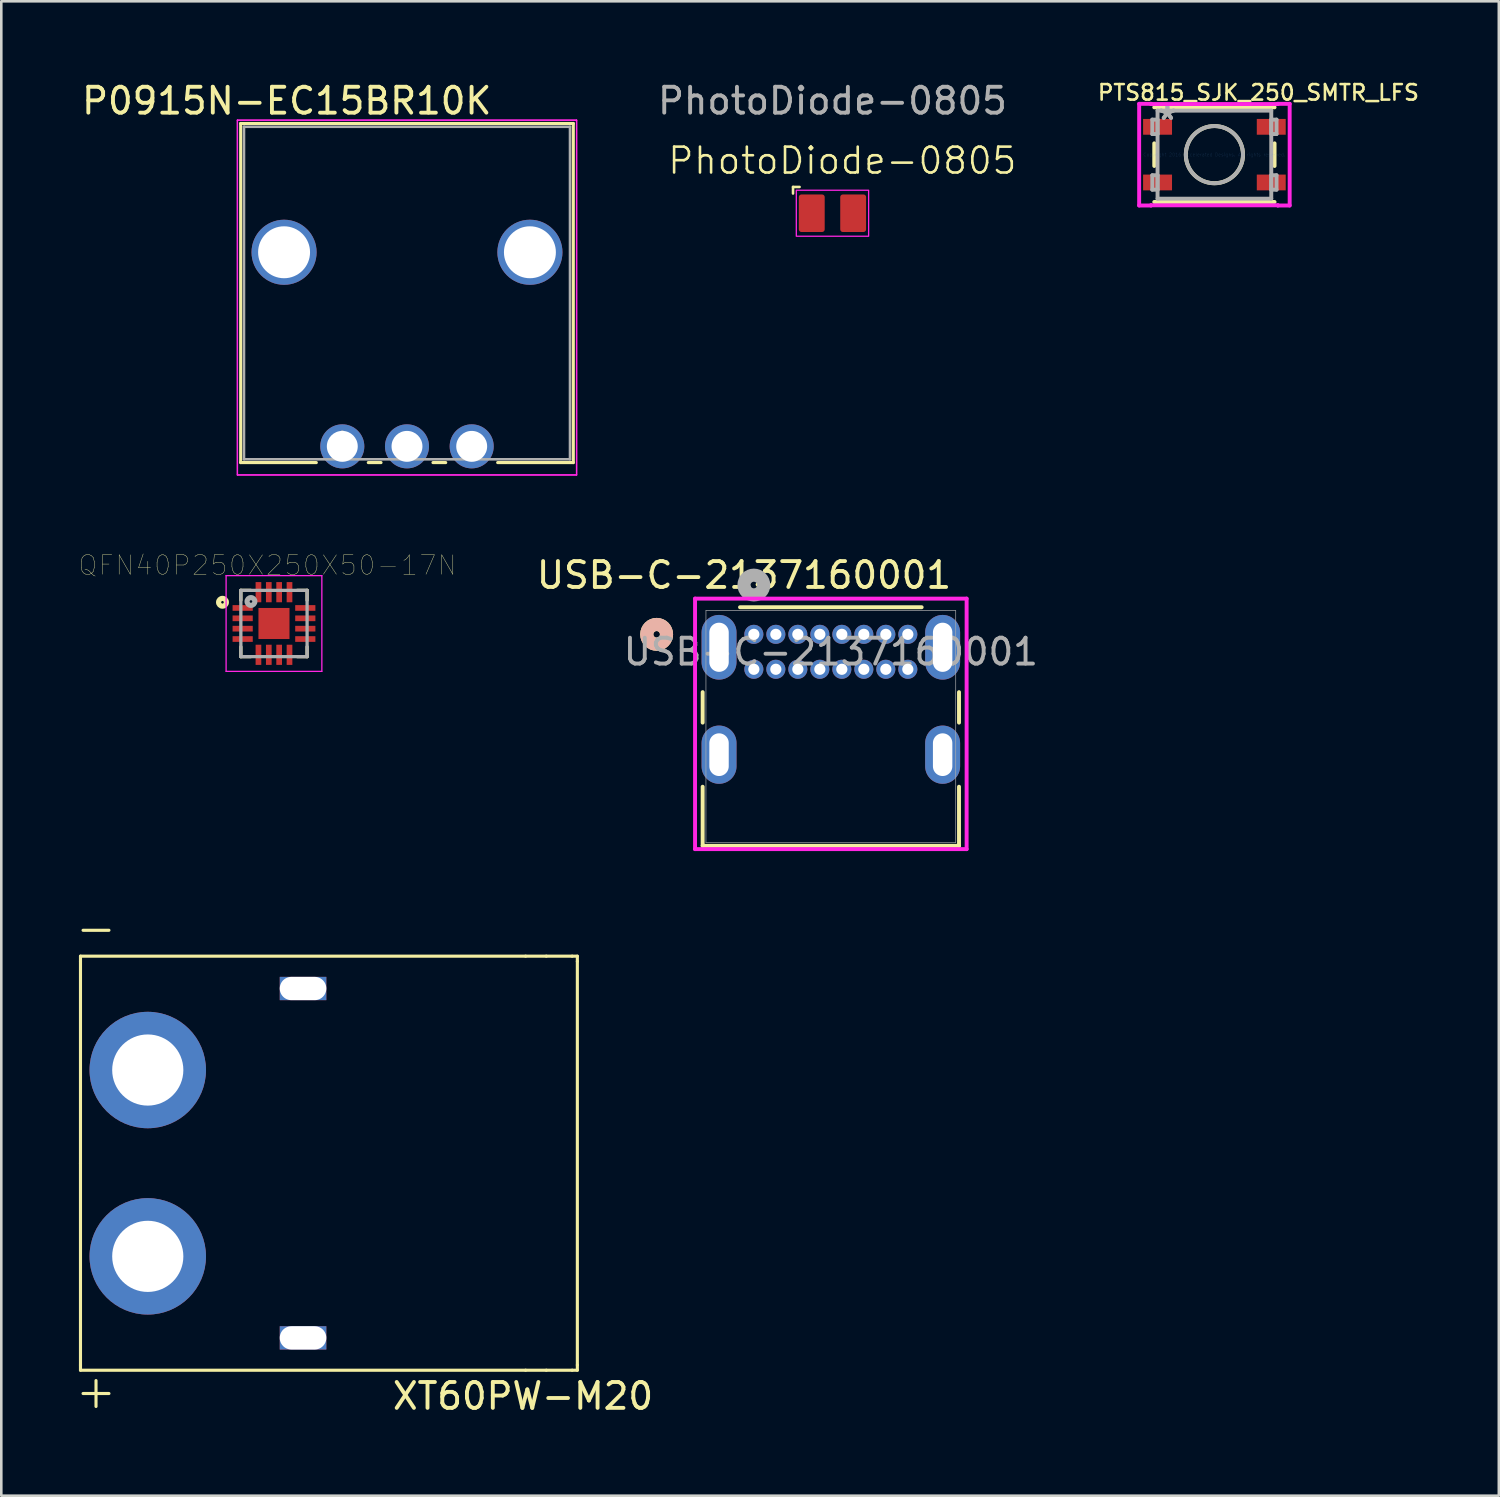
<source format=kicad_pcb>
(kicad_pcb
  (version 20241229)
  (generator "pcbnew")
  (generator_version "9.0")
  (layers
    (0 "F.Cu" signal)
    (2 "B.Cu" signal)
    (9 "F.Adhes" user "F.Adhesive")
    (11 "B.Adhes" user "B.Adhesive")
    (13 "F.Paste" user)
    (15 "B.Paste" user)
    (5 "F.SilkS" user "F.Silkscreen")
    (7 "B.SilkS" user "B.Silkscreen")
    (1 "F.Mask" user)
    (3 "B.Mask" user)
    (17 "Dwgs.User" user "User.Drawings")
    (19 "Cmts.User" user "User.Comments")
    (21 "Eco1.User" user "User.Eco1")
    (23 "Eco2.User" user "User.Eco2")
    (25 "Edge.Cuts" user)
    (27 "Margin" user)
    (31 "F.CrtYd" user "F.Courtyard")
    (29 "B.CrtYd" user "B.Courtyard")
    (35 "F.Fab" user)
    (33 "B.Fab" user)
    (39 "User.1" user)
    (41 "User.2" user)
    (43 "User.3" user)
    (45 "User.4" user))
  (footprint "XT60PW-M20"
    (layer "F.Cu")
    (at 8.66 41.898)
    (property "Reference" "XT60PW-M20" (at 8.5 9 0) (layer "F.SilkS") (effects (font (size 1 1) (thickness 0.15))))
    (attr through_hole)
    (fp_line (start -8.6 -8) (end -8.6 -7.8) (stroke (width 0.12) (type solid)) (layer "F.SilkS"))
    (fp_line (start -8.6 -8) (end 8.6 -8) (stroke (width 0.12) (type solid)) (layer "F.SilkS"))
    (fp_line (start -8.6 0) (end -8.6 -7.8) (stroke (width 0.12) (type solid)) (layer "F.SilkS"))
    (fp_line (start -8.6 7.8) (end -8.6 0) (stroke (width 0.12) (type solid)) (layer "F.SilkS"))
    (fp_line (start -8.6 7.8) (end -8.6 8) (stroke (width 0.12) (type solid)) (layer "F.SilkS"))
    (fp_line (start -8.5 -9) (end -7.5 -9) (stroke (width 0.12) (type solid)) (layer "F.SilkS"))
    (fp_line (start -8.5 8.9) (end -7.5 8.9) (stroke (width 0.12) (type solid)) (layer "F.SilkS"))
    (fp_line (start -8 8.4) (end -8 9.4) (stroke (width 0.12) (type solid)) (layer "F.SilkS"))
    (fp_line (start 8.6 8) (end -8.6 8) (stroke (width 0.12) (type solid)) (layer "F.SilkS"))
    (fp_line (start 9.4 -8) (end 8.6 -8) (stroke (width 0.12) (type solid)) (layer "F.SilkS"))
    (fp_line (start 9.4 8) (end 8.6 8) (stroke (width 0.12) (type solid)) (layer "F.SilkS"))
    (fp_line (start 10.4 -8) (end 9.4 -8) (stroke (width 0.12) (type solid)) (layer "F.SilkS"))
    (fp_line (start 10.4 8) (end 9.4 8) (stroke (width 0.12) (type solid)) (layer "F.SilkS"))
    (fp_line (start 10.6 -8) (end 10.4 -8) (stroke (width 0.12) (type solid)) (layer "F.SilkS"))
    (fp_line (start 10.6 -8) (end 10.6 -7.8) (stroke (width 0.12) (type solid)) (layer "F.SilkS"))
    (fp_line (start 10.6 -7.8) (end 10.6 7.8) (stroke (width 0.12) (type solid)) (layer "F.SilkS"))
    (fp_line (start 10.6 7.8) (end 10.6 8) (stroke (width 0.12) (type solid)) (layer "F.SilkS"))
    (fp_line (start 10.6 8) (end 10.4 8) (stroke (width 0.12) (type solid)) (layer "F.SilkS"))
    (pad "" np_thru_hole rect (at 0 -6.75 90) (size 0.9 1.8) (drill oval 0.9 1.8) (layers "*.Cu" "*.Mask"))
    (pad "" np_thru_hole rect (at 0 6.75 90) (size 0.9 1.8) (drill oval 0.9 1.8) (layers "*.Cu" "*.Mask"))
    (pad "1" thru_hole circle (at -6 -3.6) (size 4.5 4.5) (drill 2.75) (layers "*.Cu" "*.Mask"))
    (pad "2" thru_hole circle (at -6 3.6) (size 4.5 4.5) (drill 2.75) (layers "*.Cu" "*.Mask")))
  (footprint "USB-C-2137160001"
    (layer "F.Cu")
    (at 26.08 21.462)
    (property "Reference" "USB-C-2137160001" (at -0.381 -2.286 0) (unlocked yes) (layer "F.SilkS") (effects (font (size 1 1) (thickness 0.15))))
    (attr through_hole)
    (fp_line (start -1.978 2.234) (end -1.978 3.411) (stroke (width 0.152) (type solid)) (layer "F.SilkS"))
    (fp_line (start -1.978 5.889) (end -1.978 8.173) (stroke (width 0.152) (type solid)) (layer "F.SilkS"))
    (fp_line (start -1.978 8.173) (end 7.928 8.173) (stroke (width 0.152) (type solid)) (layer "F.SilkS"))
    (fp_line (start 6.484 -1.047) (end -0.534 -1.047) (stroke (width 0.152) (type solid)) (layer "F.SilkS"))
    (fp_line (start 7.928 3.411) (end 7.928 2.234) (stroke (width 0.152) (type solid)) (layer "F.SilkS"))
    (fp_line (start 7.928 8.173) (end 7.928 5.889) (stroke (width 0.152) (type solid)) (layer "F.SilkS"))
    (fp_circle (center -3.756 0) (end -3.375 0) (stroke (width 0.508) (type solid)) (fill no) (layer "F.SilkS"))
    (fp_circle (center -3.756 0) (end -3.375 0) (stroke (width 0.508) (type solid)) (fill no) (layer "B.SilkS"))
    (fp_line (start -2.272 -1.38) (end -2.272 8.3) (stroke (width 0.152) (type solid)) (layer "F.CrtYd"))
    (fp_line (start -2.272 8.3) (end 8.222 8.3) (stroke (width 0.152) (type solid)) (layer "F.CrtYd"))
    (fp_line (start 8.222 -1.38) (end -2.272 -1.38) (stroke (width 0.152) (type solid)) (layer "F.CrtYd"))
    (fp_line (start 8.222 8.3) (end 8.222 -1.38) (stroke (width 0.152) (type solid)) (layer "F.CrtYd"))
    (fp_line (start -1.851 -0.92) (end -1.851 8.046) (stroke (width 0.025) (type solid)) (layer "F.Fab"))
    (fp_line (start -1.851 8.046) (end 7.801 8.046) (stroke (width 0.025) (type solid)) (layer "F.Fab"))
    (fp_line (start 7.801 -0.92) (end -1.851 -0.92) (stroke (width 0.025) (type solid)) (layer "F.Fab"))
    (fp_line (start 7.801 8.046) (end 7.801 -0.92) (stroke (width 0.025) (type solid)) (layer "F.Fab"))
    (fp_circle (center 0 -1.905) (end 0.381 -1.905) (stroke (width 0.508) (type solid)) (fill no) (layer "F.Fab"))
    (fp_text user "${REFERENCE}" (at 2.975 0.675 0) (unlocked yes) (layer "F.Fab") (effects (font (size 1 1) (thickness 0.15))))
    (pad "17" thru_hole oval (at -1.345 0.5) (size 1.35 2.5) (drill oval 0.75 1.9) (layers "*.Cu" "*.Mask"))
    (pad "18" thru_hole oval (at 7.295 0.5) (size 1.35 2.5) (drill oval 0.75 1.9) (layers "*.Cu" "*.Mask"))
    (pad "19" thru_hole oval (at -1.345 4.65) (size 1.35 2.25) (drill oval 0.75 1.65) (layers "*.Cu" "*.Mask"))
    (pad "20" thru_hole oval (at 7.295 4.65) (size 1.35 2.25) (drill oval 0.75 1.65) (layers "*.Cu" "*.Mask"))
    (pad "A1" thru_hole circle (at 0 0) (size 0.737 0.737) (drill 0.432) (layers "*.Cu" "*.Mask"))
    (pad "A4" thru_hole circle (at 0.85 0) (size 0.737 0.737) (drill 0.432) (layers "*.Cu" "*.Mask"))
    (pad "A5" thru_hole circle (at 1.7 0) (size 0.737 0.737) (drill 0.432) (layers "*.Cu" "*.Mask"))
    (pad "A6" thru_hole circle (at 2.55 0) (size 0.737 0.737) (drill 0.432) (layers "*.Cu" "*.Mask"))
    (pad "A7" thru_hole circle (at 3.4 0) (size 0.737 0.737) (drill 0.432) (layers "*.Cu" "*.Mask"))
    (pad "A8" thru_hole circle (at 4.25 0) (size 0.737 0.737) (drill 0.432) (layers "*.Cu" "*.Mask"))
    (pad "A9" thru_hole circle (at 5.1 0) (size 0.737 0.737) (drill 0.432) (layers "*.Cu" "*.Mask"))
    (pad "A12" thru_hole circle (at 5.95 0) (size 0.737 0.737) (drill 0.432) (layers "*.Cu" "*.Mask"))
    (pad "B1" thru_hole circle (at 5.95 1.35) (size 0.737 0.737) (drill 0.432) (layers "*.Cu" "*.Mask"))
    (pad "B4" thru_hole circle (at 5.1 1.35) (size 0.737 0.737) (drill 0.432) (layers "*.Cu" "*.Mask"))
    (pad "B5" thru_hole circle (at 4.25 1.35) (size 0.737 0.737) (drill 0.432) (layers "*.Cu" "*.Mask"))
    (pad "B6" thru_hole circle (at 3.4 1.35) (size 0.737 0.737) (drill 0.432) (layers "*.Cu" "*.Mask"))
    (pad "B7" thru_hole circle (at 2.55 1.35) (size 0.737 0.737) (drill 0.432) (layers "*.Cu" "*.Mask"))
    (pad "B8" thru_hole circle (at 1.7 1.35) (size 0.737 0.737) (drill 0.432) (layers "*.Cu" "*.Mask"))
    (pad "B9" thru_hole circle (at 0.85 1.35) (size 0.737 0.737) (drill 0.432) (layers "*.Cu" "*.Mask"))
    (pad "B12" thru_hole circle (at 0 1.35) (size 0.737 0.737) (drill 0.432) (layers "*.Cu" "*.Mask")))
  (footprint "P0915N-EC15BR10K"
    (layer "F.Cu")
    (at 12.73 8.748)
    (property "Reference" "P0915N-EC15BR10K" (at -4.7 -7.9 0) (layer "F.SilkS") (effects (font (size 1 1) (thickness 0.15))))
    (attr through_hole)
    (fp_line (start -6.479 -7.027) (end -6.479 6.077) (stroke (width 0.12) (type solid)) (layer "F.SilkS"))
    (fp_line (start -6.479 6.077) (end -3.557 6.077) (stroke (width 0.12) (type solid)) (layer "F.SilkS"))
    (fp_line (start -1.549 6.077) (end -1.057 6.077) (stroke (width 0.12) (type solid)) (layer "F.SilkS"))
    (fp_line (start 0.951 6.077) (end 1.443 6.077) (stroke (width 0.12) (type solid)) (layer "F.SilkS"))
    (fp_line (start 3.451 6.077) (end 6.373 6.077) (stroke (width 0.12) (type solid)) (layer "F.SilkS"))
    (fp_line (start 6.373 -7.027) (end -6.479 -7.027) (stroke (width 0.12) (type solid)) (layer "F.SilkS"))
    (fp_line (start 6.373 6.077) (end 6.373 -7.027) (stroke (width 0.12) (type solid)) (layer "F.SilkS"))
    (fp_line (start -6.606 -7.154) (end -6.606 6.554) (stroke (width 0.05) (type solid)) (layer "F.CrtYd"))
    (fp_line (start -6.606 -7.154) (end -6.606 6.554) (stroke (width 0.05) (type solid)) (layer "F.CrtYd"))
    (fp_line (start -6.606 6.554) (end 6.5 6.554) (stroke (width 0.05) (type solid)) (layer "F.CrtYd"))
    (fp_line (start -6.606 6.554) (end 6.5 6.554) (stroke (width 0.05) (type solid)) (layer "F.CrtYd"))
    (fp_line (start 6.5 -7.154) (end -6.606 -7.154) (stroke (width 0.05) (type solid)) (layer "F.CrtYd"))
    (fp_line (start 6.5 -7.154) (end -6.606 -7.154) (stroke (width 0.05) (type solid)) (layer "F.CrtYd"))
    (fp_line (start 6.5 6.554) (end 6.5 -7.154) (stroke (width 0.05) (type solid)) (layer "F.CrtYd"))
    (fp_line (start 6.5 6.554) (end 6.5 -7.154) (stroke (width 0.05) (type solid)) (layer "F.CrtYd"))
    (fp_line (start -6.352 -6.9) (end -6.352 5.95) (stroke (width 0.1) (type solid)) (layer "F.Fab"))
    (fp_line (start -6.352 5.95) (end 6.246 5.95) (stroke (width 0.1) (type solid)) (layer "F.Fab"))
    (fp_line (start 6.246 -6.9) (end -6.352 -6.9) (stroke (width 0.1) (type solid)) (layer "F.Fab"))
    (fp_line (start 6.246 5.95) (end 6.246 -6.9) (stroke (width 0.1) (type solid)) (layer "F.Fab"))
    (fp_text user "*" (at -2.553 5.45 0) (layer "F.Fab") (effects (font (size 1 1) (thickness 0.15))))
    (pad "1" thru_hole circle (at -2.553 5.45) (size 1.702 1.702) (drill 1.194) (layers "*.Cu" "*.Mask"))
    (pad "2" thru_hole circle (at -0.053 5.45) (size 1.702 1.702) (drill 1.194) (layers "*.Cu" "*.Mask"))
    (pad "3" thru_hole circle (at 2.447 5.45) (size 1.702 1.702) (drill 1.194) (layers "*.Cu" "*.Mask"))
    (pad "MP" thru_hole circle (at -4.803 -2.05) (size 2.515 2.515) (drill 2.007) (layers "*.Cu" "*.Mask"))
    (pad "MP" thru_hole circle (at 4.697 -2.05) (size 2.515 2.515) (drill 2.007) (layers "*.Cu" "*.Mask")))
  (footprint "PhotoDiode-0805"
    (layer "F.Cu")
    (at 29.118 5.19)
    (property "Reference" "PhotoDiode-0805" (at 0.381 -2.032 0) (unlocked yes) (layer "F.SilkS") (effects (font (size 1 1) (thickness 0.1))))
    (attr smd)
    (fp_line (start -1.524 -1.016) (end -1.27 -1.016) (stroke (width 0.1) (type default)) (layer "F.SilkS"))
    (fp_line (start -1.524 -0.762) (end -1.524 -1.016) (stroke (width 0.1) (type default)) (layer "F.SilkS"))
    (fp_rect (start -1.397 -0.889) (end 1.397 0.889) (stroke (width 0.05) (type default)) (fill no) (layer "F.CrtYd"))
    (fp_text user "${REFERENCE}" (at 0 -4.342 0) (unlocked yes) (layer "F.Fab") (effects (font (size 1 1) (thickness 0.15))))
    (pad "1" smd roundrect (at -0.8 0) (size 1 1.45) (layers "F.Cu" "F.Mask" "F.Paste") (roundrect_rratio 0.1))
    (pad "2" smd roundrect (at 0.8 0) (size 1 1.45) (layers "F.Cu" "F.Mask" "F.Paste") (roundrect_rratio 0.1)))
  (footprint "QFN40P250X250X50-17N"
    (layer "F.Cu")
    (at 7.537 21.043)
    (property "Reference" "QFN40P250X250X50-17N" (at -0.25 -2.25 0) (layer "F.SilkS") (effects (font (size 0.75 0.75) (thickness 0.015))))
    (attr through_hole)
    (fp_line (start -1.28 -1.28) (end -1.28 -0.9) (stroke (width 0.127) (type solid)) (layer "F.SilkS"))
    (fp_line (start -1.28 -1.28) (end -0.9 -1.28) (stroke (width 0.127) (type solid)) (layer "F.SilkS"))
    (fp_line (start -1.28 1.28) (end -1.28 0.9) (stroke (width 0.127) (type solid)) (layer "F.SilkS"))
    (fp_line (start -1.28 1.28) (end -0.9 1.28) (stroke (width 0.127) (type solid)) (layer "F.SilkS"))
    (fp_line (start 1.28 -1.28) (end 0.9 -1.28) (stroke (width 0.127) (type solid)) (layer "F.SilkS"))
    (fp_line (start 1.28 -1.28) (end 1.28 -0.9) (stroke (width 0.127) (type solid)) (layer "F.SilkS"))
    (fp_line (start 1.28 1.28) (end 0.9 1.28) (stroke (width 0.127) (type solid)) (layer "F.SilkS"))
    (fp_line (start 1.28 1.28) (end 1.28 0.9) (stroke (width 0.127) (type solid)) (layer "F.SilkS"))
    (fp_circle (center -1.99 -0.82) (end -1.94 -0.82) (stroke (width 0.2) (type solid)) (fill no) (layer "F.SilkS"))
    (fp_poly (pts (xy -0.521 -0.52) (xy -0.08 -0.52) (xy -0.08 -0.08) (xy -0.521 -0.08)) (stroke (width 0.01) (type solid)) (fill yes) (layer "F.Paste"))
    (fp_poly (pts (xy -0.521 0.08) (xy -0.08 0.08) (xy -0.08 0.521) (xy -0.521 0.521)) (stroke (width 0.01) (type solid)) (fill yes) (layer "F.Paste"))
    (fp_poly (pts (xy 0.08 0.08) (xy 0.52 0.08) (xy 0.52 0.521) (xy 0.08 0.521)) (stroke (width 0.01) (type solid)) (fill yes) (layer "F.Paste"))
    (fp_poly (pts (xy 0.08 -0.52) (xy 0.52 -0.52) (xy 0.52 -0.08) (xy 0.08 -0.08)) (stroke (width 0.01) (type solid)) (fill yes) (layer "F.Paste"))
    (fp_line (start -1.85 -1.85) (end 1.85 -1.85) (stroke (width 0.05) (type solid)) (layer "F.CrtYd"))
    (fp_line (start -1.85 1.85) (end -1.85 -1.85) (stroke (width 0.05) (type solid)) (layer "F.CrtYd"))
    (fp_line (start -1.85 1.85) (end 1.85 1.85) (stroke (width 0.05) (type solid)) (layer "F.CrtYd"))
    (fp_line (start 1.85 1.85) (end 1.85 -1.85) (stroke (width 0.05) (type solid)) (layer "F.CrtYd"))
    (fp_line (start -1.28 1.28) (end -1.28 -1.28) (stroke (width 0.127) (type solid)) (layer "F.Fab"))
    (fp_line (start 1.28 -1.28) (end -1.28 -1.28) (stroke (width 0.127) (type solid)) (layer "F.Fab"))
    (fp_line (start 1.28 1.28) (end -1.28 1.28) (stroke (width 0.127) (type solid)) (layer "F.Fab"))
    (fp_line (start 1.28 1.28) (end 1.28 -1.28) (stroke (width 0.127) (type solid)) (layer "F.Fab"))
    (fp_circle (center -0.89 -0.85) (end -0.84 -0.85) (stroke (width 0.2) (type solid)) (fill no) (layer "F.Fab"))
    (pad "1" smd rect (at -1.21 -0.6) (size 0.78 0.22) (layers "F.Cu" "F.Mask" "F.Paste"))
    (pad "2" smd rect (at -1.21 -0.2) (size 0.78 0.22) (layers "F.Cu" "F.Mask" "F.Paste"))
    (pad "3" smd rect (at -1.21 0.2) (size 0.78 0.22) (layers "F.Cu" "F.Mask" "F.Paste"))
    (pad "4" smd rect (at -1.21 0.6) (size 0.78 0.22) (layers "F.Cu" "F.Mask" "F.Paste"))
    (pad "5" smd rect (at -0.6 1.21) (size 0.22 0.78) (layers "F.Cu" "F.Mask" "F.Paste"))
    (pad "6" smd rect (at -0.2 1.21) (size 0.22 0.78) (layers "F.Cu" "F.Mask" "F.Paste"))
    (pad "7" smd rect (at 0.2 1.21) (size 0.22 0.78) (layers "F.Cu" "F.Mask" "F.Paste"))
    (pad "8" smd rect (at 0.6 1.21) (size 0.22 0.78) (layers "F.Cu" "F.Mask" "F.Paste"))
    (pad "9" smd rect (at 1.21 0.6) (size 0.78 0.22) (layers "F.Cu" "F.Mask" "F.Paste"))
    (pad "10" smd rect (at 1.21 0.2) (size 0.78 0.22) (layers "F.Cu" "F.Mask" "F.Paste"))
    (pad "11" smd rect (at 1.21 -0.2) (size 0.78 0.22) (layers "F.Cu" "F.Mask" "F.Paste"))
    (pad "12" smd rect (at 1.21 -0.6) (size 0.78 0.22) (layers "F.Cu" "F.Mask" "F.Paste"))
    (pad "13" smd rect (at 0.6 -1.21) (size 0.22 0.78) (layers "F.Cu" "F.Mask" "F.Paste"))
    (pad "14" smd rect (at 0.2 -1.21) (size 0.22 0.78) (layers "F.Cu" "F.Mask" "F.Paste"))
    (pad "15" smd rect (at -0.2 -1.21) (size 0.22 0.78) (layers "F.Cu" "F.Mask" "F.Paste"))
    (pad "16" smd rect (at -0.6 -1.21) (size 0.22 0.78) (layers "F.Cu" "F.Mask" "F.Paste"))
    (pad "17" smd rect (at 0 0) (size 1.2 1.2) (layers "F.Cu" "F.Mask")))
  (footprint "PTS815_SJK_250_SMTR_LFS"
    (layer "F.Cu")
    (at 43.877 2.926)
    (property "Reference" "PTS815_SJK_250_SMTR_LFS" (at 1.7 -2.4 0) (layer "F.SilkS") (effects (font (size 0.6 0.6) (thickness 0.1))))
    (attr through_hole)
    (fp_line (start -2.324 -0.437) (end -2.324 0.437) (stroke (width 0.152) (type solid)) (layer "F.SilkS"))
    (fp_line (start -2.324 1.829) (end 2.324 1.829) (stroke (width 0.152) (type solid)) (layer "F.SilkS"))
    (fp_line (start 2.324 -1.829) (end -2.324 -1.829) (stroke (width 0.152) (type solid)) (layer "F.SilkS"))
    (fp_line (start 2.324 0.437) (end 2.324 -0.437) (stroke (width 0.152) (type solid)) (layer "F.SilkS"))
    (fp_circle (center 0 0) (end 1.105 0) (stroke (width 0.152) (type solid)) (fill no) (layer "F.SilkS"))
    (fp_line (start -2.908 -1.964) (end -2.451 -1.964) (stroke (width 0.152) (type solid)) (layer "F.CrtYd"))
    (fp_line (start -2.908 1.964) (end -2.908 -1.964) (stroke (width 0.152) (type solid)) (layer "F.CrtYd"))
    (fp_line (start -2.451 -1.964) (end -2.451 -1.956) (stroke (width 0.152) (type solid)) (layer "F.CrtYd"))
    (fp_line (start -2.451 -1.956) (end 2.451 -1.956) (stroke (width 0.152) (type solid)) (layer "F.CrtYd"))
    (fp_line (start -2.451 1.956) (end -2.451 1.964) (stroke (width 0.152) (type solid)) (layer "F.CrtYd"))
    (fp_line (start -2.451 1.964) (end -2.908 1.964) (stroke (width 0.152) (type solid)) (layer "F.CrtYd"))
    (fp_line (start 2.451 -1.964) (end 2.908 -1.964) (stroke (width 0.152) (type solid)) (layer "F.CrtYd"))
    (fp_line (start 2.451 -1.956) (end 2.451 -1.964) (stroke (width 0.152) (type solid)) (layer "F.CrtYd"))
    (fp_line (start 2.451 1.956) (end -2.451 1.956) (stroke (width 0.152) (type solid)) (layer "F.CrtYd"))
    (fp_line (start 2.451 1.964) (end 2.451 1.956) (stroke (width 0.152) (type solid)) (layer "F.CrtYd"))
    (fp_line (start 2.908 -1.964) (end 2.908 1.964) (stroke (width 0.152) (type solid)) (layer "F.CrtYd"))
    (fp_line (start 2.908 1.964) (end 2.451 1.964) (stroke (width 0.152) (type solid)) (layer "F.CrtYd"))
    (fp_line (start -2.4 -1.354) (end -2.4 -0.796) (stroke (width 0.152) (type solid)) (layer "F.Fab"))
    (fp_line (start -2.4 -0.796) (end -2.197 -0.796) (stroke (width 0.152) (type solid)) (layer "F.Fab"))
    (fp_line (start -2.4 0.796) (end -2.4 1.354) (stroke (width 0.152) (type solid)) (layer "F.Fab"))
    (fp_line (start -2.4 1.354) (end -2.197 1.354) (stroke (width 0.152) (type solid)) (layer "F.Fab"))
    (fp_line (start -2.197 -1.702) (end -2.197 1.702) (stroke (width 0.152) (type solid)) (layer "F.Fab"))
    (fp_line (start -2.197 -1.354) (end -2.4 -1.354) (stroke (width 0.152) (type solid)) (layer "F.Fab"))
    (fp_line (start -2.197 -0.796) (end -2.197 -1.354) (stroke (width 0.152) (type solid)) (layer "F.Fab"))
    (fp_line (start -2.197 0.796) (end -2.4 0.796) (stroke (width 0.152) (type solid)) (layer "F.Fab"))
    (fp_line (start -2.197 1.354) (end -2.197 0.796) (stroke (width 0.152) (type solid)) (layer "F.Fab"))
    (fp_line (start -2.197 1.702) (end 2.197 1.702) (stroke (width 0.152) (type solid)) (layer "F.Fab"))
    (fp_line (start 2.197 -1.702) (end -2.197 -1.702) (stroke (width 0.152) (type solid)) (layer "F.Fab"))
    (fp_line (start 2.197 -1.354) (end 2.197 -0.796) (stroke (width 0.152) (type solid)) (layer "F.Fab"))
    (fp_line (start 2.197 -0.796) (end 2.4 -0.796) (stroke (width 0.152) (type solid)) (layer "F.Fab"))
    (fp_line (start 2.197 0.796) (end 2.197 1.354) (stroke (width 0.152) (type solid)) (layer "F.Fab"))
    (fp_line (start 2.197 1.354) (end 2.4 1.354) (stroke (width 0.152) (type solid)) (layer "F.Fab"))
    (fp_line (start 2.197 1.702) (end 2.197 -1.702) (stroke (width 0.152) (type solid)) (layer "F.Fab"))
    (fp_line (start 2.4 -1.354) (end 2.197 -1.354) (stroke (width 0.152) (type solid)) (layer "F.Fab"))
    (fp_line (start 2.4 -0.796) (end 2.4 -1.354) (stroke (width 0.152) (type solid)) (layer "F.Fab"))
    (fp_line (start 2.4 0.796) (end 2.197 0.796) (stroke (width 0.152) (type solid)) (layer "F.Fab"))
    (fp_line (start 2.4 1.354) (end 2.4 0.796) (stroke (width 0.152) (type solid)) (layer "F.Fab"))
    (fp_circle (center 0 0) (end 1.105 0) (stroke (width 0.152) (type solid)) (fill no) (layer "F.Fab"))
    (fp_text user "Copyright 2016 Accelerated Designs. All rights reserved." (at 0 0 0) (layer "Cmts.User") (effects (font (size 0.127 0.127) (thickness 0.002))))
    (fp_text user "*" (at -1.816 -1.304 0) (layer "F.Fab") (effects (font (size 1 1) (thickness 0.15))))
    (fp_text user "*" (at -1.816 -1.304 0) (layer "F.Fab") (effects (font (size 1 1) (thickness 0.15))))
    (pad "1" smd rect (at -2.197 -1.075) (size 1.118 0.61) (layers "F.Cu" "F.Mask" "F.Paste"))
    (pad "2" smd rect (at -2.197 1.075) (size 1.118 0.61) (layers "F.Cu" "F.Mask" "F.Paste"))
    (pad "3" smd rect (at 2.197 1.075) (size 1.118 0.61) (layers "F.Cu" "F.Mask" "F.Paste"))
    (pad "4" smd rect (at 2.197 -1.075) (size 1.118 0.61) (layers "F.Cu" "F.Mask" "F.Paste")))
  (gr_rect
    (start -3 -3)
    (end 54.867 54.747)
    (stroke (width 0.1) (type default))
    (fill no)
    (layer "Edge.Cuts")))
</source>
